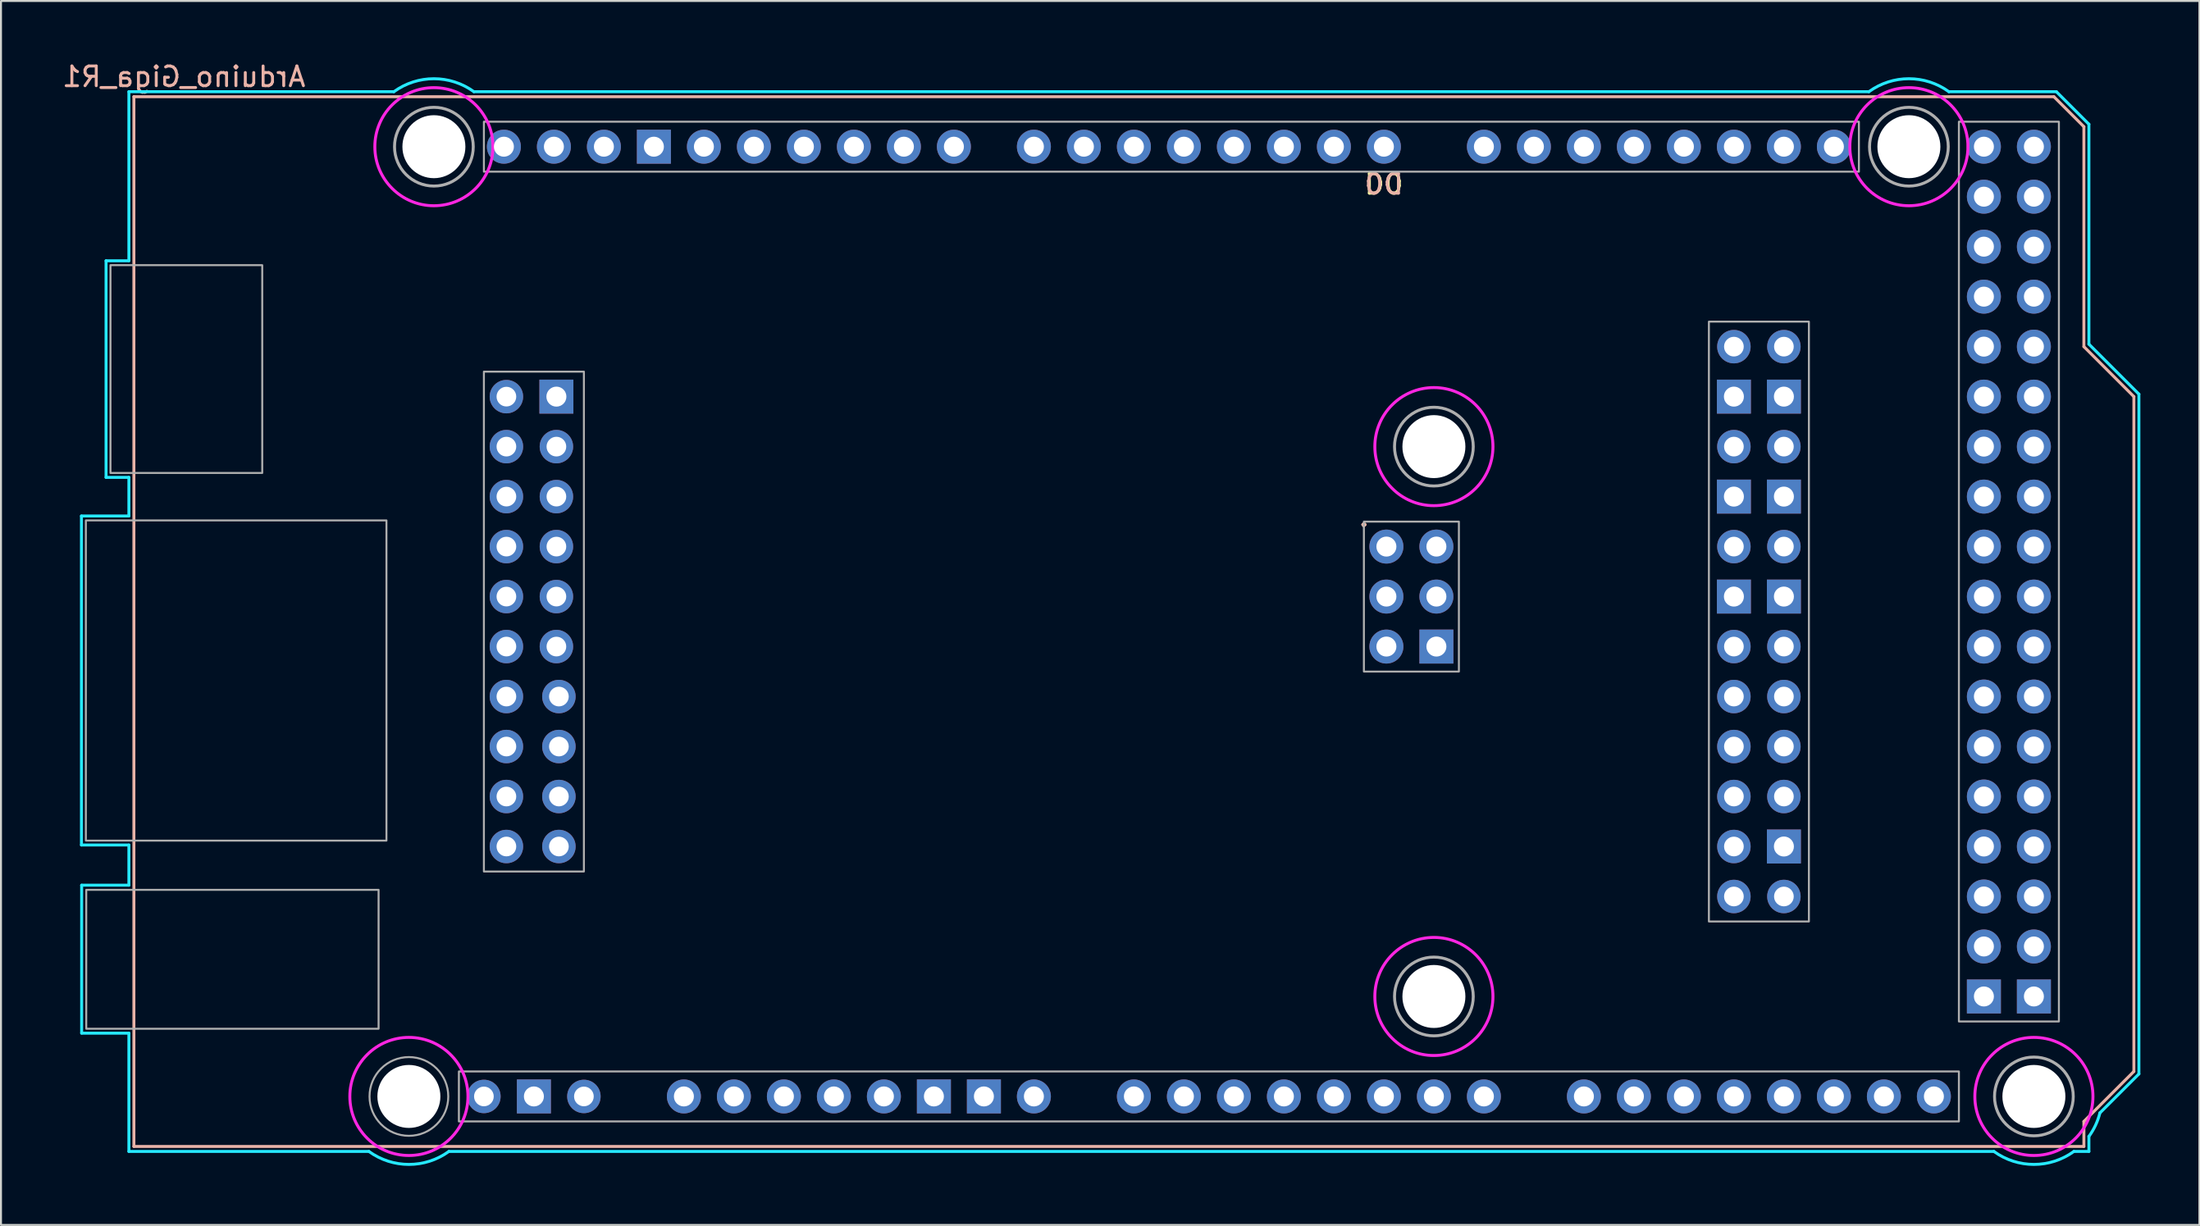
<source format=kicad_pcb>
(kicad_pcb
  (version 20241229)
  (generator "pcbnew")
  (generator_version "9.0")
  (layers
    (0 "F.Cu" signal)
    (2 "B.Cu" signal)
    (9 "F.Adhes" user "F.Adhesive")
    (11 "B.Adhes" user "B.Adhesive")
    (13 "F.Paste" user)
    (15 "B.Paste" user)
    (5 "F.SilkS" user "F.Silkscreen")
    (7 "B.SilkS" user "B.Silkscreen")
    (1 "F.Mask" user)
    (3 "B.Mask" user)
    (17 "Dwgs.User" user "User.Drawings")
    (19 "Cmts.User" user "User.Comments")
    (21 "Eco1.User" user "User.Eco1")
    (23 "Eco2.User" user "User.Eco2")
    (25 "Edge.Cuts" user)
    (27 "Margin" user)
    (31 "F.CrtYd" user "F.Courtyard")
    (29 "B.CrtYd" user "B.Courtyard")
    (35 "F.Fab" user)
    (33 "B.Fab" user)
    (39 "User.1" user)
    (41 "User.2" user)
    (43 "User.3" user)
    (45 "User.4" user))
  (footprint "Arduino_Giga_R1"
    (layer "F.Cu")
    (at 3.752 55.204)
    (property "Reference" "Arduino_Giga_R1" (at 2.54 -54.356 0) (layer "B.SilkS") (effects (font (size 1 1) (thickness 0.15)) (justify mirror)))
    (attr through_hole)
    (fp_line (start 0 -53.34) (end 0 0) (stroke (width 0.15) (type solid)) (layer "B.SilkS"))
    (fp_line (start 0 -53.34) (end 97.536 -53.34) (stroke (width 0.15) (type solid)) (layer "B.SilkS"))
    (fp_line (start 0 0) (end 99.06 0) (stroke (width 0.15) (type solid)) (layer "B.SilkS"))
    (fp_line (start 97.536 -53.34) (end 99.06 -51.816) (stroke (width 0.15) (type solid)) (layer "B.SilkS"))
    (fp_line (start 99.06 -40.64) (end 99.06 -51.816) (stroke (width 0.15) (type solid)) (layer "B.SilkS"))
    (fp_line (start 99.06 -1.27) (end 101.6 -3.81) (stroke (width 0.15) (type solid)) (layer "B.SilkS"))
    (fp_line (start 99.06 0) (end 99.06 -1.27) (stroke (width 0.15) (type solid)) (layer "B.SilkS"))
    (fp_line (start 101.6 -38.1) (end 99.06 -40.64) (stroke (width 0.15) (type solid)) (layer "B.SilkS"))
    (fp_line (start 101.6 -3.81) (end 101.6 -38.1) (stroke (width 0.15) (type solid)) (layer "B.SilkS"))
    (fp_line (start -2.664 -32.034) (end -0.254 -32.034) (stroke (width 0.15) (type solid)) (layer "B.CrtYd"))
    (fp_line (start -2.664 -15.316) (end -2.664 -32.034) (stroke (width 0.15) (type solid)) (layer "B.CrtYd"))
    (fp_line (start -2.664 -15.316) (end -0.254 -15.316) (stroke (width 0.15) (type solid)) (layer "B.CrtYd"))
    (fp_line (start -2.654 -13.274) (end -2.654 -5.756) (stroke (width 0.15) (type solid)) (layer "B.CrtYd"))
    (fp_line (start -2.654 -13.274) (end -0.254 -13.274) (stroke (width 0.15) (type solid)) (layer "B.CrtYd"))
    (fp_line (start -2.654 -5.756) (end -0.254 -5.756) (stroke (width 0.15) (type solid)) (layer "B.CrtYd"))
    (fp_line (start -1.414 -45.004) (end -0.254 -45.004) (stroke (width 0.15) (type solid)) (layer "B.CrtYd"))
    (fp_line (start -1.414 -33.996) (end -1.414 -45.004) (stroke (width 0.15) (type solid)) (layer "B.CrtYd"))
    (fp_line (start -1.414 -33.996) (end -0.254 -33.996) (stroke (width 0.15) (type solid)) (layer "B.CrtYd"))
    (fp_line (start -0.254 -53.594) (end -0.254 -45.004) (stroke (width 0.15) (type solid)) (layer "B.CrtYd"))
    (fp_line (start -0.254 -33.996) (end -0.254 -32.034) (stroke (width 0.15) (type solid)) (layer "B.CrtYd"))
    (fp_line (start -0.254 -15.316) (end -0.254 -13.274) (stroke (width 0.15) (type solid)) (layer "B.CrtYd"))
    (fp_line (start -0.254 -5.756) (end -0.254 0.254) (stroke (width 0.15) (type solid)) (layer "B.CrtYd"))
    (fp_line (start 11.938 0.254) (end -0.254 0.254) (stroke (width 0.15) (type solid)) (layer "B.CrtYd"))
    (fp_line (start 13.208 -53.594) (end -0.254 -53.594) (stroke (width 0.15) (type solid)) (layer "B.CrtYd"))
    (fp_line (start 16.002 0.254) (end 94.488 0.254) (stroke (width 0.15) (type solid)) (layer "B.CrtYd"))
    (fp_line (start 17.272 -53.594) (end 88.138 -53.594) (stroke (width 0.15) (type solid)) (layer "B.CrtYd"))
    (fp_line (start 97.663 -53.594) (end 92.202 -53.594) (stroke (width 0.15) (type solid)) (layer "B.CrtYd"))
    (fp_line (start 97.663 -53.594) (end 99.314 -51.943) (stroke (width 0.15) (type solid)) (layer "B.CrtYd"))
    (fp_line (start 99.314 -40.767) (end 99.314 -51.943) (stroke (width 0.15) (type solid)) (layer "B.CrtYd"))
    (fp_line (start 99.314 0.254) (end 98.552 0.254) (stroke (width 0.15) (type solid)) (layer "B.CrtYd"))
    (fp_line (start 99.314 0.254) (end 99.314 -0.508) (stroke (width 0.15) (type solid)) (layer "B.CrtYd"))
    (fp_line (start 99.873 -1.702) (end 101.854 -3.683) (stroke (width 0.15) (type solid)) (layer "B.CrtYd"))
    (fp_line (start 101.854 -38.227) (end 99.314 -40.767) (stroke (width 0.15) (type solid)) (layer "B.CrtYd"))
    (fp_line (start 101.854 -3.683) (end 101.854 -38.227) (stroke (width 0.15) (type solid)) (layer "B.CrtYd"))
    (fp_arc (start 13.208 -53.594) (mid 15.24 -54.254237) (end 17.272 -53.594) (stroke (width 0.15) (type solid)) (layer "B.CrtYd"))
    (fp_arc (start 16.002 0.254) (mid 13.97 0.914237) (end 11.938 0.254) (stroke (width 0.15) (type solid)) (layer "B.CrtYd"))
    (fp_arc (start 88.138 -53.594) (mid 90.17 -54.254237) (end 92.202 -53.594) (stroke (width 0.15) (type solid)) (layer "B.CrtYd"))
    (fp_arc (start 98.552 0.254) (mid 96.52 0.914237) (end 94.488 0.254) (stroke (width 0.15) (type solid)) (layer "B.CrtYd"))
    (fp_arc (start 99.8728 -1.7018) (mid 99.650917 -1.077977) (end 99.314 -0.508) (stroke (width 0.15) (type solid)) (layer "B.CrtYd"))
    (fp_circle (center 13.97 -2.54) (end 16.97 -2.54) (stroke (width 0.15) (type solid)) (fill no) (layer "F.CrtYd"))
    (fp_circle (center 15.24 -50.8) (end 18.24 -50.8) (stroke (width 0.15) (type solid)) (fill no) (layer "F.CrtYd"))
    (fp_circle (center 66.04 -35.56) (end 69.04 -35.56) (stroke (width 0.15) (type solid)) (fill no) (layer "F.CrtYd"))
    (fp_circle (center 66.04 -7.62) (end 69.04 -7.62) (stroke (width 0.15) (type solid)) (fill no) (layer "F.CrtYd"))
    (fp_circle (center 90.17 -50.8) (end 93.17 -50.8) (stroke (width 0.15) (type solid)) (fill no) (layer "F.CrtYd"))
    (fp_circle (center 96.52 -2.54) (end 99.52 -2.54) (stroke (width 0.15) (type solid)) (fill no) (layer "F.CrtYd"))
    (fp_rect (start -2.44 -31.81) (end 12.83 -15.54) (stroke (width 0.1) (type default)) (fill no) (layer "F.Fab"))
    (fp_rect (start -2.42 -13.04) (end 12.43 -5.98) (stroke (width 0.1) (type default)) (fill no) (layer "F.Fab"))
    (fp_rect (start -1.19 -44.78) (end 6.52 -34.22) (stroke (width 0.1) (type default)) (fill no) (layer "F.Fab"))
    (fp_rect (start 22.86 -13.97) (end 17.78 -39.37) (stroke (width 0.1) (type default)) (fill no) (layer "F.Fab"))
    (fp_rect (start 62.484 -24.13) (end 67.31 -31.75) (stroke (width 0.1) (type default)) (fill no) (layer "F.Fab"))
    (fp_rect (start 80.01 -41.91) (end 85.09 -11.43) (stroke (width 0.1) (type default)) (fill no) (layer "F.Fab"))
    (fp_rect (start 87.63 -49.53) (end 17.78 -52.07) (stroke (width 0.1) (type default)) (fill no) (layer "F.Fab"))
    (fp_rect (start 92.71 -6.35) (end 97.79 -52.07) (stroke (width 0.1) (type default)) (fill no) (layer "F.Fab"))
    (fp_rect (start 92.71 -1.27) (end 16.51 -3.81) (stroke (width 0.1) (type default)) (fill no) (layer "F.Fab"))
    (fp_circle (center 13.97 -2.54) (end 15.97 -2.54) (stroke (width 0.1) (type default)) (fill no) (layer "F.Fab"))
    (fp_circle (center 15.24 -50.8) (end 17.24 -50.8) (stroke (width 0.15) (type solid)) (fill no) (layer "F.Fab"))
    (fp_circle (center 66.04 -35.56) (end 68.04 -35.56) (stroke (width 0.15) (type solid)) (fill no) (layer "F.Fab"))
    (fp_circle (center 66.04 -7.62) (end 68.04 -7.62) (stroke (width 0.15) (type solid)) (fill no) (layer "F.Fab"))
    (fp_circle (center 90.17 -50.8) (end 92.17 -50.8) (stroke (width 0.15) (type solid)) (fill no) (layer "F.Fab"))
    (fp_circle (center 96.52 -2.54) (end 98.52 -2.54) (stroke (width 0.15) (type solid)) (fill no) (layer "F.Fab"))
    (fp_text user "." (at 62.484 -32.004 0) (layer "F.SilkS") (effects (font (size 1 1) (thickness 0.15))))
    (fp_text user "D0" (at 63.5 -48.895 0) (unlocked yes) (layer "F.SilkS") (effects (font (size 1 1) (thickness 0.15))))
    (fp_text user "D0" (at 63.5 -48.895 0) (unlocked yes) (layer "B.SilkS") (effects (font (size 1 1) (thickness 0.15)) (justify mirror)))
    (fp_text user "." (at 62.484 -32.004 0) (layer "B.SilkS") (effects (font (size 1 1) (thickness 0.15))))
    (pad "" np_thru_hole circle (at 13.97 -2.54) (size 3.2 3.2) (drill 3.2) (layers "*.Cu" "*.Mask"))
    (pad "" np_thru_hole circle (at 15.24 -50.8 270) (size 3.2 3.2) (drill 3.2) (layers "*.Cu" "*.Mask"))
    (pad "" thru_hole oval (at 27.94 -2.54) (size 1.727 1.727) (drill 1.016) (layers "*.Cu" "*.Mask"))
    (pad "" np_thru_hole circle (at 66.04 -35.56) (size 3.2 3.2) (drill 3.2) (layers "*.Cu" "*.Mask"))
    (pad "" np_thru_hole circle (at 66.04 -7.62) (size 3.2 3.2) (drill 3.2) (layers "*.Cu" "*.Mask"))
    (pad "" np_thru_hole circle (at 90.17 -50.8) (size 3.2 3.2) (drill 3.2) (layers "*.Cu" "*.Mask"))
    (pad "" np_thru_hole circle (at 96.52 -2.54) (size 3.2 3.2) (drill 3.2) (layers "*.Cu" "*.Mask"))
    (pad "1" thru_hole circle (at 18.923 -38.1) (size 1.7 1.7) (drill 1) (layers "*.Cu" "*.Mask"))
    (pad "1" thru_hole circle (at 18.923 -35.56) (size 1.7 1.7) (drill 1) (layers "*.Cu" "*.Mask"))
    (pad "1" thru_hole circle (at 18.923 -33.02) (size 1.7 1.7) (drill 1) (layers "*.Cu" "*.Mask"))
    (pad "1" thru_hole circle (at 18.923 -30.48) (size 1.7 1.7) (drill 1) (layers "*.Cu" "*.Mask"))
    (pad "1" thru_hole circle (at 18.923 -27.94) (size 1.7 1.7) (drill 1) (layers "*.Cu" "*.Mask"))
    (pad "1" thru_hole circle (at 18.923 -25.4) (size 1.7 1.7) (drill 1) (layers "*.Cu" "*.Mask"))
    (pad "1" thru_hole circle (at 18.923 -22.86) (size 1.7 1.7) (drill 1) (layers "*.Cu" "*.Mask"))
    (pad "1" thru_hole circle (at 18.923 -20.32) (size 1.7 1.7) (drill 1) (layers "*.Cu" "*.Mask"))
    (pad "1" thru_hole circle (at 18.923 -17.78) (size 1.7 1.7) (drill 1) (layers "*.Cu" "*.Mask"))
    (pad "1" thru_hole circle (at 18.923 -15.24) (size 1.7 1.7) (drill 1) (layers "*.Cu" "*.Mask"))
    (pad "1" thru_hole rect (at 21.463 -38.1) (size 1.727 1.727) (drill 1.016) (layers "*.Cu" "*.Mask"))
    (pad "1" thru_hole circle (at 21.463 -35.56) (size 1.7 1.7) (drill 1) (layers "*.Cu" "*.Mask"))
    (pad "1" thru_hole circle (at 21.463 -33.02) (size 1.7 1.7) (drill 1) (layers "*.Cu" "*.Mask"))
    (pad "1" thru_hole circle (at 21.463 -30.48) (size 1.7 1.7) (drill 1) (layers "*.Cu" "*.Mask"))
    (pad "1" thru_hole circle (at 21.463 -27.94) (size 1.7 1.7) (drill 1) (layers "*.Cu" "*.Mask"))
    (pad "1" thru_hole circle (at 21.463 -25.4) (size 1.7 1.7) (drill 1) (layers "*.Cu" "*.Mask"))
    (pad "1" thru_hole circle (at 21.59 -22.86) (size 1.7 1.7) (drill 1) (layers "*.Cu" "*.Mask"))
    (pad "1" thru_hole circle (at 21.59 -20.32) (size 1.7 1.7) (drill 1) (layers "*.Cu" "*.Mask"))
    (pad "1" thru_hole circle (at 21.59 -17.78) (size 1.7 1.7) (drill 1) (layers "*.Cu" "*.Mask"))
    (pad "1" thru_hole circle (at 21.59 -15.24) (size 1.7 1.7) (drill 1) (layers "*.Cu" "*.Mask"))
    (pad "1" thru_hole circle (at 81.28 -40.64) (size 1.7 1.7) (drill 1) (layers "*.Cu" "*.Mask"))
    (pad "1" thru_hole circle (at 81.28 -35.56) (size 1.7 1.7) (drill 1) (layers "*.Cu" "*.Mask"))
    (pad "1" thru_hole circle (at 81.28 -30.48) (size 1.7 1.7) (drill 1) (layers "*.Cu" "*.Mask"))
    (pad "1" thru_hole circle (at 81.28 -25.4) (size 1.7 1.7) (drill 1) (layers "*.Cu" "*.Mask"))
    (pad "1" thru_hole circle (at 81.28 -22.86) (size 1.7 1.7) (drill 1) (layers "*.Cu" "*.Mask"))
    (pad "1" thru_hole circle (at 81.28 -20.32) (size 1.7 1.7) (drill 1) (layers "*.Cu" "*.Mask"))
    (pad "1" thru_hole circle (at 81.28 -17.78) (size 1.7 1.7) (drill 1) (layers "*.Cu" "*.Mask"))
    (pad "1" thru_hole circle (at 81.28 -15.24) (size 1.7 1.7) (drill 1) (layers "*.Cu" "*.Mask"))
    (pad "1" thru_hole circle (at 81.28 -12.7) (size 1.7 1.7) (drill 1) (layers "*.Cu" "*.Mask"))
    (pad "1" thru_hole circle (at 83.82 -40.64) (size 1.7 1.7) (drill 1) (layers "*.Cu" "*.Mask"))
    (pad "1" thru_hole circle (at 83.82 -35.56) (size 1.7 1.7) (drill 1) (layers "*.Cu" "*.Mask"))
    (pad "1" thru_hole circle (at 83.82 -30.48) (size 1.7 1.7) (drill 1) (layers "*.Cu" "*.Mask"))
    (pad "1" thru_hole circle (at 83.82 -25.4) (size 1.7 1.7) (drill 1) (layers "*.Cu" "*.Mask"))
    (pad "1" thru_hole circle (at 83.82 -22.86) (size 1.7 1.7) (drill 1) (layers "*.Cu" "*.Mask"))
    (pad "1" thru_hole circle (at 83.82 -20.32) (size 1.7 1.7) (drill 1) (layers "*.Cu" "*.Mask"))
    (pad "1" thru_hole circle (at 83.82 -17.78) (size 1.7 1.7) (drill 1) (layers "*.Cu" "*.Mask"))
    (pad "1" thru_hole circle (at 83.82 -12.7) (size 1.7 1.7) (drill 1) (layers "*.Cu" "*.Mask"))
    (pad "2" thru_hole circle (at 17.78 -2.54) (size 1.7 1.7) (drill 1) (layers "*.Cu" "*.Mask"))
    (pad "2" thru_hole circle (at 22.86 -2.54) (size 1.7 1.7) (drill 1) (layers "*.Cu" "*.Mask"))
    (pad "3V3" thru_hole oval (at 35.56 -2.54) (size 1.727 1.727) (drill 1.016) (layers "*.Cu" "*.Mask"))
    (pad "5V1" thru_hole oval (at 38.1 -2.54) (size 1.727 1.727) (drill 1.016) (layers "*.Cu" "*.Mask"))
    (pad "5V2" thru_hole oval (at 66.167 -30.48) (size 1.727 1.727) (drill 1.016) (layers "*.Cu" "*.Mask"))
    (pad "5V3" thru_hole oval (at 93.98 -50.8) (size 1.727 1.727) (drill 1.016) (layers "*.Cu" "*.Mask"))
    (pad "5V4" thru_hole oval (at 96.52 -50.8) (size 1.727 1.727) (drill 1.016) (layers "*.Cu" "*.Mask"))
    (pad "A0" thru_hole oval (at 50.8 -2.54) (size 1.727 1.727) (drill 1.016) (layers "*.Cu" "*.Mask"))
    (pad "A1" thru_hole oval (at 53.34 -2.54) (size 1.727 1.727) (drill 1.016) (layers "*.Cu" "*.Mask"))
    (pad "A2" thru_hole oval (at 55.88 -2.54) (size 1.727 1.727) (drill 1.016) (layers "*.Cu" "*.Mask"))
    (pad "A3" thru_hole oval (at 58.42 -2.54) (size 1.727 1.727) (drill 1.016) (layers "*.Cu" "*.Mask"))
    (pad "A4" thru_hole oval (at 60.96 -2.54) (size 1.727 1.727) (drill 1.016) (layers "*.Cu" "*.Mask"))
    (pad "A5" thru_hole oval (at 63.5 -2.54) (size 1.727 1.727) (drill 1.016) (layers "*.Cu" "*.Mask"))
    (pad "A6" thru_hole oval (at 66.04 -2.54) (size 1.727 1.727) (drill 1.016) (layers "*.Cu" "*.Mask"))
    (pad "A7" thru_hole oval (at 68.58 -2.54) (size 1.727 1.727) (drill 1.016) (layers "*.Cu" "*.Mask"))
    (pad "A8" thru_hole oval (at 73.66 -2.54) (size 1.727 1.727) (drill 1.016) (layers "*.Cu" "*.Mask"))
    (pad "A9" thru_hole oval (at 76.2 -2.54) (size 1.727 1.727) (drill 1.016) (layers "*.Cu" "*.Mask"))
    (pad "A10" thru_hole oval (at 78.74 -2.54) (size 1.727 1.727) (drill 1.016) (layers "*.Cu" "*.Mask"))
    (pad "A11" thru_hole oval (at 81.28 -2.54) (size 1.727 1.727) (drill 1.016) (layers "*.Cu" "*.Mask"))
    (pad "AREF" thru_hole oval (at 23.876 -50.8) (size 1.727 1.727) (drill 1.016) (layers "*.Cu" "*.Mask"))
    (pad "CANR" thru_hole oval (at 88.9 -2.54) (size 1.727 1.727) (drill 1.016) (layers "*.Cu" "*.Mask"))
    (pad "CANT" thru_hole oval (at 91.44 -2.54) (size 1.727 1.727) (drill 1.016) (layers "*.Cu" "*.Mask"))
    (pad "D0" thru_hole oval (at 63.5 -50.8) (size 1.727 1.727) (drill 1.016) (layers "*.Cu" "*.Mask"))
    (pad "D1" thru_hole oval (at 60.96 -50.8) (size 1.727 1.727) (drill 1.016) (layers "*.Cu" "*.Mask"))
    (pad "D2" thru_hole oval (at 58.42 -50.8) (size 1.727 1.727) (drill 1.016) (layers "*.Cu" "*.Mask"))
    (pad "D3" thru_hole oval (at 55.88 -50.8) (size 1.727 1.727) (drill 1.016) (layers "*.Cu" "*.Mask"))
    (pad "D4" thru_hole oval (at 53.34 -50.8) (size 1.727 1.727) (drill 1.016) (layers "*.Cu" "*.Mask"))
    (pad "D5" thru_hole oval (at 50.8 -50.8) (size 1.727 1.727) (drill 1.016) (layers "*.Cu" "*.Mask"))
    (pad "D6" thru_hole oval (at 48.26 -50.8) (size 1.727 1.727) (drill 1.016) (layers "*.Cu" "*.Mask"))
    (pad "D7" thru_hole oval (at 45.72 -50.8) (size 1.727 1.727) (drill 1.016) (layers "*.Cu" "*.Mask"))
    (pad "D8" thru_hole oval (at 41.656 -50.8) (size 1.727 1.727) (drill 1.016) (layers "*.Cu" "*.Mask"))
    (pad "D9" thru_hole oval (at 39.116 -50.8) (size 1.727 1.727) (drill 1.016) (layers "*.Cu" "*.Mask"))
    (pad "D10" thru_hole oval (at 36.576 -50.8) (size 1.727 1.727) (drill 1.016) (layers "*.Cu" "*.Mask"))
    (pad "D11" thru_hole oval (at 34.036 -50.8) (size 1.727 1.727) (drill 1.016) (layers "*.Cu" "*.Mask"))
    (pad "D12" thru_hole oval (at 31.496 -50.8) (size 1.727 1.727) (drill 1.016) (layers "*.Cu" "*.Mask"))
    (pad "D13" thru_hole oval (at 28.956 -50.8) (size 1.727 1.727) (drill 1.016) (layers "*.Cu" "*.Mask"))
    (pad "D14" thru_hole oval (at 68.58 -50.8) (size 1.727 1.727) (drill 1.016) (layers "*.Cu" "*.Mask"))
    (pad "D15" thru_hole oval (at 71.12 -50.8) (size 1.727 1.727) (drill 1.016) (layers "*.Cu" "*.Mask"))
    (pad "D16" thru_hole oval (at 73.66 -50.8) (size 1.727 1.727) (drill 1.016) (layers "*.Cu" "*.Mask"))
    (pad "D17" thru_hole oval (at 76.2 -50.8) (size 1.727 1.727) (drill 1.016) (layers "*.Cu" "*.Mask"))
    (pad "D18" thru_hole oval (at 78.74 -50.8) (size 1.727 1.727) (drill 1.016) (layers "*.Cu" "*.Mask"))
    (pad "D19" thru_hole oval (at 81.28 -50.8) (size 1.727 1.727) (drill 1.016) (layers "*.Cu" "*.Mask"))
    (pad "D20" thru_hole oval (at 83.82 -50.8) (size 1.727 1.727) (drill 1.016) (layers "*.Cu" "*.Mask"))
    (pad "D21" thru_hole oval (at 86.36 -50.8) (size 1.727 1.727) (drill 1.016) (layers "*.Cu" "*.Mask"))
    (pad "D22" thru_hole oval (at 93.98 -48.26) (size 1.727 1.727) (drill 1.016) (layers "*.Cu" "*.Mask"))
    (pad "D23" thru_hole oval (at 96.52 -48.26) (size 1.727 1.727) (drill 1.016) (layers "*.Cu" "*.Mask"))
    (pad "D24" thru_hole oval (at 93.98 -45.72) (size 1.727 1.727) (drill 1.016) (layers "*.Cu" "*.Mask"))
    (pad "D25" thru_hole oval (at 96.52 -45.72) (size 1.727 1.727) (drill 1.016) (layers "*.Cu" "*.Mask"))
    (pad "D26" thru_hole oval (at 93.98 -43.18) (size 1.727 1.727) (drill 1.016) (layers "*.Cu" "*.Mask"))
    (pad "D27" thru_hole oval (at 96.52 -43.18) (size 1.727 1.727) (drill 1.016) (layers "*.Cu" "*.Mask"))
    (pad "D28" thru_hole oval (at 93.98 -40.64) (size 1.727 1.727) (drill 1.016) (layers "*.Cu" "*.Mask"))
    (pad "D29" thru_hole oval (at 96.52 -40.64) (size 1.727 1.727) (drill 1.016) (layers "*.Cu" "*.Mask"))
    (pad "D30" thru_hole oval (at 93.98 -38.1) (size 1.727 1.727) (drill 1.016) (layers "*.Cu" "*.Mask"))
    (pad "D31" thru_hole oval (at 96.52 -38.1) (size 1.727 1.727) (drill 1.016) (layers "*.Cu" "*.Mask"))
    (pad "D32" thru_hole oval (at 93.98 -35.56) (size 1.727 1.727) (drill 1.016) (layers "*.Cu" "*.Mask"))
    (pad "D33" thru_hole oval (at 96.52 -35.56) (size 1.727 1.727) (drill 1.016) (layers "*.Cu" "*.Mask"))
    (pad "D34" thru_hole circle (at 93.98 -33.02) (size 1.727 1.727) (drill 1.016) (layers "*.Cu" "*.Mask"))
    (pad "D35" thru_hole oval (at 96.52 -33.02) (size 1.727 1.727) (drill 1.016) (layers "*.Cu" "*.Mask"))
    (pad "D36" thru_hole oval (at 93.98 -30.48) (size 1.727 1.727) (drill 1.016) (layers "*.Cu" "*.Mask"))
    (pad "D37" thru_hole oval (at 96.52 -30.48) (size 1.727 1.727) (drill 1.016) (layers "*.Cu" "*.Mask"))
    (pad "D38" thru_hole oval (at 93.98 -27.94) (size 1.727 1.727) (drill 1.016) (layers "*.Cu" "*.Mask"))
    (pad "D39" thru_hole oval (at 96.52 -27.94) (size 1.727 1.727) (drill 1.016) (layers "*.Cu" "*.Mask"))
    (pad "D40" thru_hole oval (at 93.98 -25.4) (size 1.727 1.727) (drill 1.016) (layers "*.Cu" "*.Mask"))
    (pad "D41" thru_hole oval (at 96.52 -25.4) (size 1.727 1.727) (drill 1.016) (layers "*.Cu" "*.Mask"))
    (pad "D42" thru_hole oval (at 93.98 -22.86) (size 1.727 1.727) (drill 1.016) (layers "*.Cu" "*.Mask"))
    (pad "D43" thru_hole oval (at 96.52 -22.86) (size 1.727 1.727) (drill 1.016) (layers "*.Cu" "*.Mask"))
    (pad "D44" thru_hole oval (at 93.98 -20.32) (size 1.727 1.727) (drill 1.016) (layers "*.Cu" "*.Mask"))
    (pad "D45" thru_hole oval (at 96.52 -20.32) (size 1.727 1.727) (drill 1.016) (layers "*.Cu" "*.Mask"))
    (pad "D46" thru_hole oval (at 93.98 -17.78) (size 1.727 1.727) (drill 1.016) (layers "*.Cu" "*.Mask"))
    (pad "D47" thru_hole oval (at 96.52 -17.78) (size 1.727 1.727) (drill 1.016) (layers "*.Cu" "*.Mask"))
    (pad "D48" thru_hole oval (at 93.98 -15.24) (size 1.727 1.727) (drill 1.016) (layers "*.Cu" "*.Mask"))
    (pad "D49" thru_hole oval (at 96.52 -15.24) (size 1.727 1.727) (drill 1.016) (layers "*.Cu" "*.Mask"))
    (pad "D50" thru_hole oval (at 93.98 -12.7) (size 1.727 1.727) (drill 1.016) (layers "*.Cu" "*.Mask"))
    (pad "D51" thru_hole oval (at 96.52 -12.7) (size 1.727 1.727) (drill 1.016) (layers "*.Cu" "*.Mask"))
    (pad "D52" thru_hole oval (at 93.98 -10.16) (size 1.727 1.727) (drill 1.016) (layers "*.Cu" "*.Mask"))
    (pad "D53" thru_hole oval (at 96.52 -10.16) (size 1.727 1.727) (drill 1.016) (layers "*.Cu" "*.Mask"))
    (pad "DAC0" thru_hole oval (at 83.82 -2.54) (size 1.727 1.727) (drill 1.016) (layers "*.Cu" "*.Mask"))
    (pad "DAC1" thru_hole oval (at 86.36 -2.54) (size 1.727 1.727) (drill 1.016) (layers "*.Cu" "*.Mask"))
    (pad "GND1" thru_hole rect (at 26.416 -50.8) (size 1.727 1.727) (drill 1.016) (layers "*.Cu" "*.Mask"))
    (pad "GND2" thru_hole rect (at 40.64 -2.54) (size 1.727 1.727) (drill 1.016) (layers "*.Cu" "*.Mask"))
    (pad "GND3" thru_hole rect (at 43.18 -2.54) (size 1.727 1.727) (drill 1.016) (layers "*.Cu" "*.Mask"))
    (pad "GND4" thru_hole rect (at 20.32 -2.54) (size 1.727 1.727) (drill 1.016) (layers "*.Cu" "*.Mask"))
    (pad "GND4" thru_hole rect (at 66.167 -25.4) (size 1.727 1.727) (drill 1.016) (layers "*.Cu" "*.Mask"))
    (pad "GND4" thru_hole rect (at 81.28 -38.1) (size 1.727 1.727) (drill 1.016) (layers "*.Cu" "*.Mask"))
    (pad "GND4" thru_hole rect (at 81.28 -33.02) (size 1.727 1.727) (drill 1.016) (layers "*.Cu" "*.Mask"))
    (pad "GND4" thru_hole rect (at 81.28 -27.94) (size 1.727 1.727) (drill 1.016) (layers "*.Cu" "*.Mask"))
    (pad "GND4" thru_hole rect (at 83.82 -38.1) (size 1.727 1.727) (drill 1.016) (layers "*.Cu" "*.Mask"))
    (pad "GND4" thru_hole rect (at 83.82 -33.02) (size 1.727 1.727) (drill 1.016) (layers "*.Cu" "*.Mask"))
    (pad "GND4" thru_hole rect (at 83.82 -27.94) (size 1.727 1.727) (drill 1.016) (layers "*.Cu" "*.Mask"))
    (pad "GND4" thru_hole rect (at 83.82 -15.24) (size 1.727 1.727) (drill 1.016) (layers "*.Cu" "*.Mask"))
    (pad "GND5" thru_hole rect (at 93.98 -7.62) (size 1.727 1.727) (drill 1.016) (layers "*.Cu" "*.Mask"))
    (pad "GND6" thru_hole rect (at 96.52 -7.62) (size 1.727 1.727) (drill 1.016) (layers "*.Cu" "*.Mask"))
    (pad "IORF" thru_hole oval (at 30.48 -2.54) (size 1.727 1.727) (drill 1.016) (layers "*.Cu" "*.Mask"))
    (pad "MISO" thru_hole oval (at 63.627 -30.48) (size 1.727 1.727) (drill 1.016) (layers "*.Cu" "*.Mask"))
    (pad "MOSI" thru_hole oval (at 66.167 -27.94) (size 1.727 1.727) (drill 1.016) (layers "*.Cu" "*.Mask"))
    (pad "RST1" thru_hole oval (at 33.02 -2.54) (size 1.727 1.727) (drill 1.016) (layers "*.Cu" "*.Mask"))
    (pad "RST2" thru_hole oval (at 63.627 -25.4) (size 1.727 1.727) (drill 1.016) (layers "*.Cu" "*.Mask"))
    (pad "SCK" thru_hole oval (at 63.627 -27.94) (size 1.727 1.727) (drill 1.016) (layers "*.Cu" "*.Mask"))
    (pad "SCL1" thru_hole oval (at 18.796 -50.8) (size 1.727 1.727) (drill 1.016) (layers "*.Cu" "*.Mask"))
    (pad "SDA1" thru_hole oval (at 21.336 -50.8) (size 1.727 1.727) (drill 1.016) (layers "*.Cu" "*.Mask"))
    (pad "VIN" thru_hole oval (at 45.72 -2.54) (size 1.727 1.727) (drill 1.016) (layers "*.Cu" "*.Mask")))
  (gr_rect
    (start -3 -3)
    (end 108.681 59.193)
    (stroke (width 0.1) (type default))
    (fill no)
    (layer "Edge.Cuts")))
</source>
